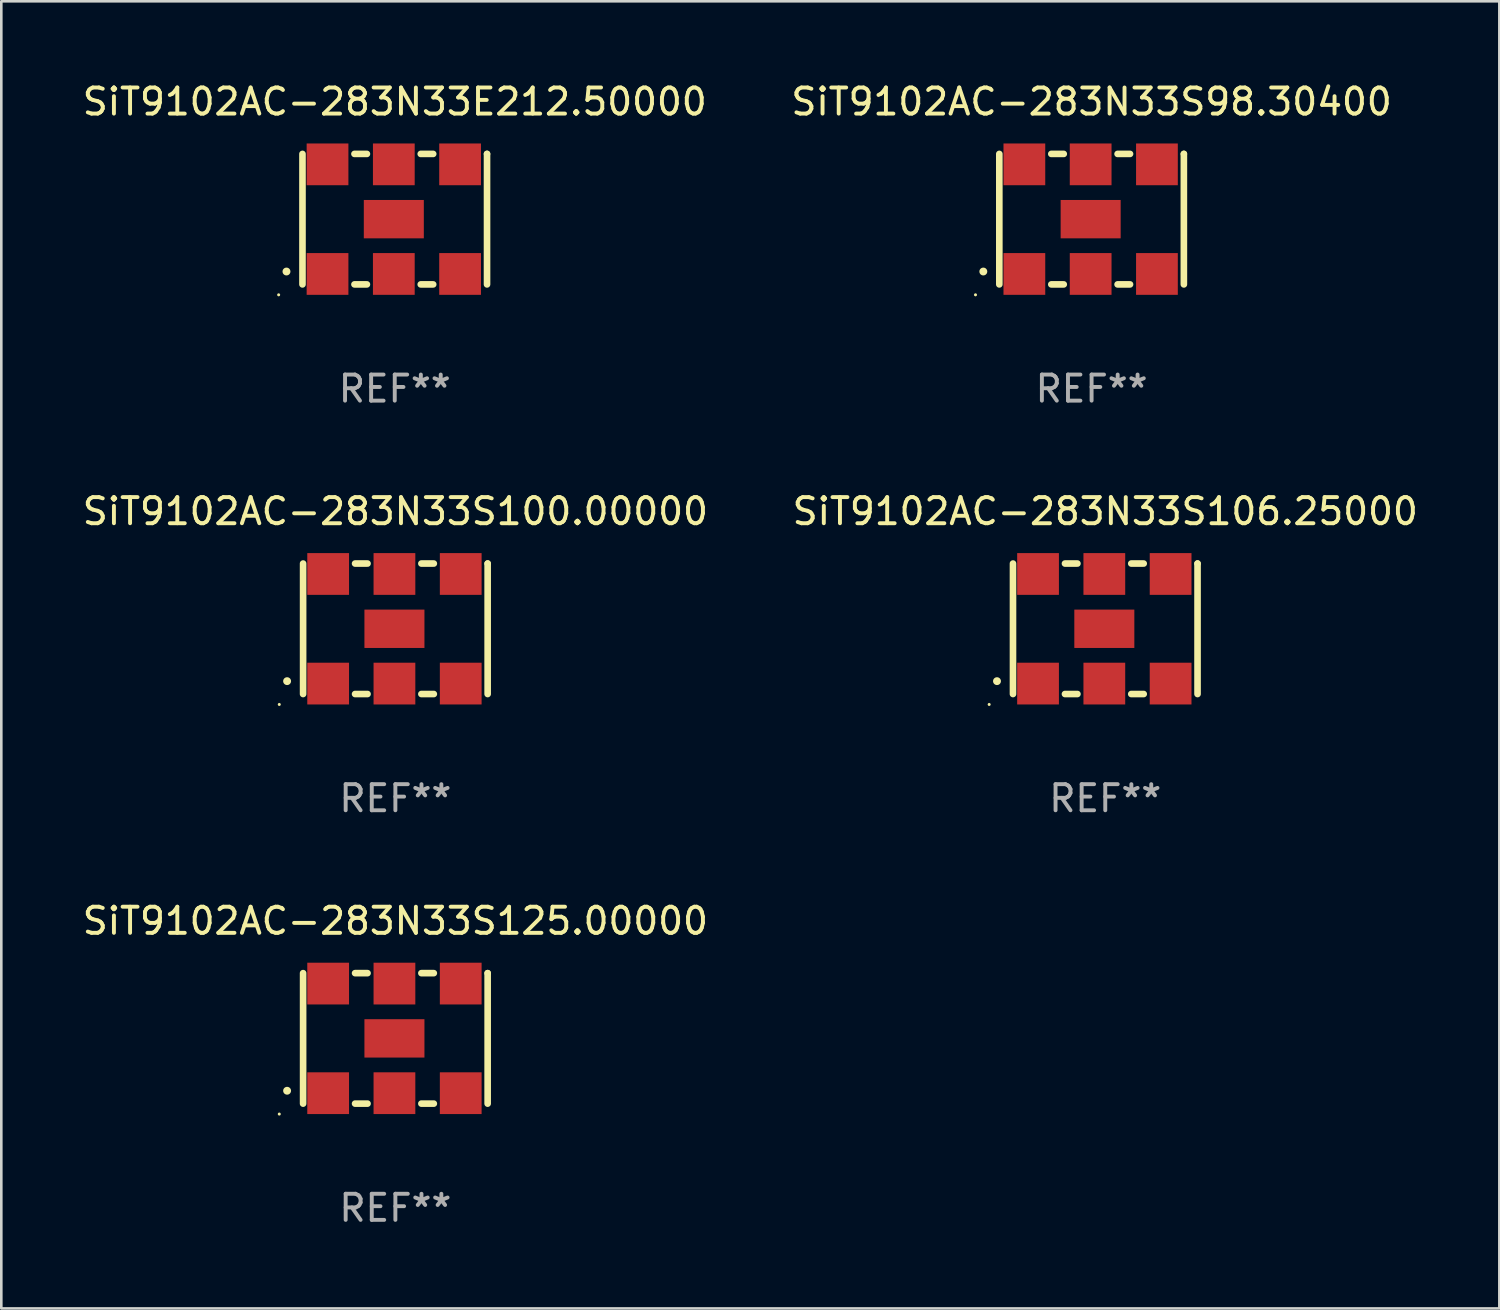
<source format=kicad_pcb>
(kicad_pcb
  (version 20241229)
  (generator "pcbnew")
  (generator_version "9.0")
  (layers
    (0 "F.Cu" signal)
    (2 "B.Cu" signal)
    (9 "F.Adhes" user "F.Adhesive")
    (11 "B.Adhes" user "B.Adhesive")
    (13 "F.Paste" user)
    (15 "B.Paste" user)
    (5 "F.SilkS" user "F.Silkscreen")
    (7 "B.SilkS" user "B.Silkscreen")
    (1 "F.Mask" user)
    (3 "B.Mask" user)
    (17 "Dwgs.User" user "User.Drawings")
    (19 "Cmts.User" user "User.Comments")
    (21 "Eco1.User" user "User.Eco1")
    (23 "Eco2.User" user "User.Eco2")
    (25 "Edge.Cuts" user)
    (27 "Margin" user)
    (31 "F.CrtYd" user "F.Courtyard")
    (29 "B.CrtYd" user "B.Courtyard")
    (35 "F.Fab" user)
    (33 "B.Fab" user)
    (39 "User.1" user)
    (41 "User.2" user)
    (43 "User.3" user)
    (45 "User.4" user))
  (footprint "SiT9102AC-283N33S100.00000"
    (layer "F.Cu")
    (at 12.101 21.045)
    (property "Reference" "SiT9102AC-283N33S100.00000" (at 0 -4.5 0) (layer "F.SilkS") (effects (font (size 1 1) (thickness 0.15))))
    (attr through_hole)
    (fp_line (start -3.536 -2.5) (end -3.536 2.5) (stroke (width 0.254) (type solid)) (layer "F.SilkS"))
    (fp_line (start -1.544 2.5) (end -1.067 2.5) (stroke (width 0.254) (type solid)) (layer "F.SilkS"))
    (fp_line (start -1.067 -2.5) (end -1.544 -2.5) (stroke (width 0.254) (type solid)) (layer "F.SilkS"))
    (fp_line (start 0.996 2.5) (end 1.473 2.5) (stroke (width 0.254) (type solid)) (layer "F.SilkS"))
    (fp_line (start 1.473 -2.5) (end 0.996 -2.5) (stroke (width 0.254) (type solid)) (layer "F.SilkS"))
    (fp_line (start 3.536 -2.5) (end 3.536 -2.5) (stroke (width 0.254) (type solid)) (layer "F.SilkS"))
    (fp_line (start 3.536 2.5) (end 3.536 -2.5) (stroke (width 0.254) (type solid)) (layer "F.SilkS"))
    (fp_arc (start -4.150432 2.006604) (mid -4.149162 2.006599) (end -4.147892 2.006604) (stroke (width 0.3) (type solid)) (layer "F.SilkS"))
    (fp_circle (center -4.449 2.9) (end -4.419 2.9) (stroke (width 0.06) (type solid)) (fill no) (layer "F.SilkS"))
    (fp_text user "REF**" (at 0 6.5 0) (layer "F.Fab") (effects (font (size 1 1) (thickness 0.15))))
    (pad "1" smd rect (at -2.576 2.1) (size 1.6 1.6) (layers "F.Cu" "F.Mask" "F.Paste"))
    (pad "2" smd rect (at -0.036 2.1) (size 1.6 1.6) (layers "F.Cu" "F.Mask" "F.Paste"))
    (pad "3" smd rect (at 2.504 2.1) (size 1.6 1.6) (layers "F.Cu" "F.Mask" "F.Paste"))
    (pad "4" smd rect (at 2.504 -2.1) (size 1.6 1.6) (layers "F.Cu" "F.Mask" "F.Paste"))
    (pad "5" smd rect (at -0.036 -2.1) (size 1.6 1.6) (layers "F.Cu" "F.Mask" "F.Paste"))
    (pad "6" smd rect (at -2.576 -2.1) (size 1.6 1.6) (layers "F.Cu" "F.Mask" "F.Paste"))
    (pad "7" smd rect (at -0.036 0) (size 2.3 1.47) (layers "F.Cu" "F.Mask" "F.Paste")))
  (footprint "SiT9102AC-283N33S106.25000"
    (layer "F.Cu")
    (at 39.304 21.045)
    (property "Reference" "SiT9102AC-283N33S106.25000" (at 0 -4.5 0) (layer "F.SilkS") (effects (font (size 1 1) (thickness 0.15))))
    (attr through_hole)
    (fp_line (start -3.536 -2.5) (end -3.536 2.5) (stroke (width 0.254) (type solid)) (layer "F.SilkS"))
    (fp_line (start -1.544 2.5) (end -1.067 2.5) (stroke (width 0.254) (type solid)) (layer "F.SilkS"))
    (fp_line (start -1.067 -2.5) (end -1.544 -2.5) (stroke (width 0.254) (type solid)) (layer "F.SilkS"))
    (fp_line (start 0.996 2.5) (end 1.473 2.5) (stroke (width 0.254) (type solid)) (layer "F.SilkS"))
    (fp_line (start 1.473 -2.5) (end 0.996 -2.5) (stroke (width 0.254) (type solid)) (layer "F.SilkS"))
    (fp_line (start 3.536 -2.5) (end 3.536 -2.5) (stroke (width 0.254) (type solid)) (layer "F.SilkS"))
    (fp_line (start 3.536 2.5) (end 3.536 -2.5) (stroke (width 0.254) (type solid)) (layer "F.SilkS"))
    (fp_arc (start -4.150432 2.006604) (mid -4.149162 2.006599) (end -4.147892 2.006604) (stroke (width 0.3) (type solid)) (layer "F.SilkS"))
    (fp_circle (center -4.449 2.9) (end -4.419 2.9) (stroke (width 0.06) (type solid)) (fill no) (layer "F.SilkS"))
    (fp_text user "REF**" (at 0 6.5 0) (layer "F.Fab") (effects (font (size 1 1) (thickness 0.15))))
    (pad "1" smd rect (at -2.576 2.1) (size 1.6 1.6) (layers "F.Cu" "F.Mask" "F.Paste"))
    (pad "2" smd rect (at -0.036 2.1) (size 1.6 1.6) (layers "F.Cu" "F.Mask" "F.Paste"))
    (pad "3" smd rect (at 2.504 2.1) (size 1.6 1.6) (layers "F.Cu" "F.Mask" "F.Paste"))
    (pad "4" smd rect (at 2.504 -2.1) (size 1.6 1.6) (layers "F.Cu" "F.Mask" "F.Paste"))
    (pad "5" smd rect (at -0.036 -2.1) (size 1.6 1.6) (layers "F.Cu" "F.Mask" "F.Paste"))
    (pad "6" smd rect (at -2.576 -2.1) (size 1.6 1.6) (layers "F.Cu" "F.Mask" "F.Paste"))
    (pad "7" smd rect (at -0.036 0) (size 2.3 1.47) (layers "F.Cu" "F.Mask" "F.Paste")))
  (footprint "SiT9102AC-283N33S125.00000"
    (layer "F.Cu")
    (at 12.101 36.741)
    (property "Reference" "SiT9102AC-283N33S125.00000" (at 0 -4.5 0) (layer "F.SilkS") (effects (font (size 1 1) (thickness 0.15))))
    (attr through_hole)
    (fp_line (start -3.536 -2.5) (end -3.536 2.5) (stroke (width 0.254) (type solid)) (layer "F.SilkS"))
    (fp_line (start -1.544 2.5) (end -1.067 2.5) (stroke (width 0.254) (type solid)) (layer "F.SilkS"))
    (fp_line (start -1.067 -2.5) (end -1.544 -2.5) (stroke (width 0.254) (type solid)) (layer "F.SilkS"))
    (fp_line (start 0.996 2.5) (end 1.473 2.5) (stroke (width 0.254) (type solid)) (layer "F.SilkS"))
    (fp_line (start 1.473 -2.5) (end 0.996 -2.5) (stroke (width 0.254) (type solid)) (layer "F.SilkS"))
    (fp_line (start 3.536 -2.5) (end 3.536 -2.5) (stroke (width 0.254) (type solid)) (layer "F.SilkS"))
    (fp_line (start 3.536 2.5) (end 3.536 -2.5) (stroke (width 0.254) (type solid)) (layer "F.SilkS"))
    (fp_arc (start -4.150432 2.006604) (mid -4.149162 2.006599) (end -4.147892 2.006604) (stroke (width 0.3) (type solid)) (layer "F.SilkS"))
    (fp_circle (center -4.449 2.9) (end -4.419 2.9) (stroke (width 0.06) (type solid)) (fill no) (layer "F.SilkS"))
    (fp_text user "REF**" (at 0 6.5 0) (layer "F.Fab") (effects (font (size 1 1) (thickness 0.15))))
    (pad "1" smd rect (at -2.576 2.1) (size 1.6 1.6) (layers "F.Cu" "F.Mask" "F.Paste"))
    (pad "2" smd rect (at -0.036 2.1) (size 1.6 1.6) (layers "F.Cu" "F.Mask" "F.Paste"))
    (pad "3" smd rect (at 2.504 2.1) (size 1.6 1.6) (layers "F.Cu" "F.Mask" "F.Paste"))
    (pad "4" smd rect (at 2.504 -2.1) (size 1.6 1.6) (layers "F.Cu" "F.Mask" "F.Paste"))
    (pad "5" smd rect (at -0.036 -2.1) (size 1.6 1.6) (layers "F.Cu" "F.Mask" "F.Paste"))
    (pad "6" smd rect (at -2.576 -2.1) (size 1.6 1.6) (layers "F.Cu" "F.Mask" "F.Paste"))
    (pad "7" smd rect (at -0.036 0) (size 2.3 1.47) (layers "F.Cu" "F.Mask" "F.Paste")))
  (footprint "SiT9102AC-283N33E212.50000"
    (layer "F.Cu")
    (at 12.077 5.348)
    (property "Reference" "SiT9102AC-283N33E212.50000" (at 0 -4.5 0) (layer "F.SilkS") (effects (font (size 1 1) (thickness 0.15))))
    (attr through_hole)
    (fp_line (start -3.536 -2.5) (end -3.536 2.5) (stroke (width 0.254) (type solid)) (layer "F.SilkS"))
    (fp_line (start -1.544 2.5) (end -1.067 2.5) (stroke (width 0.254) (type solid)) (layer "F.SilkS"))
    (fp_line (start -1.067 -2.5) (end -1.544 -2.5) (stroke (width 0.254) (type solid)) (layer "F.SilkS"))
    (fp_line (start 0.996 2.5) (end 1.473 2.5) (stroke (width 0.254) (type solid)) (layer "F.SilkS"))
    (fp_line (start 1.473 -2.5) (end 0.996 -2.5) (stroke (width 0.254) (type solid)) (layer "F.SilkS"))
    (fp_line (start 3.536 -2.5) (end 3.536 -2.5) (stroke (width 0.254) (type solid)) (layer "F.SilkS"))
    (fp_line (start 3.536 2.5) (end 3.536 -2.5) (stroke (width 0.254) (type solid)) (layer "F.SilkS"))
    (fp_arc (start -4.150432 2.006604) (mid -4.149162 2.006599) (end -4.147892 2.006604) (stroke (width 0.3) (type solid)) (layer "F.SilkS"))
    (fp_circle (center -4.449 2.9) (end -4.419 2.9) (stroke (width 0.06) (type solid)) (fill no) (layer "F.SilkS"))
    (fp_text user "REF**" (at 0 6.5 0) (layer "F.Fab") (effects (font (size 1 1) (thickness 0.15))))
    (pad "1" smd rect (at -2.576 2.1) (size 1.6 1.6) (layers "F.Cu" "F.Mask" "F.Paste"))
    (pad "2" smd rect (at -0.036 2.1) (size 1.6 1.6) (layers "F.Cu" "F.Mask" "F.Paste"))
    (pad "3" smd rect (at 2.504 2.1) (size 1.6 1.6) (layers "F.Cu" "F.Mask" "F.Paste"))
    (pad "4" smd rect (at 2.504 -2.1) (size 1.6 1.6) (layers "F.Cu" "F.Mask" "F.Paste"))
    (pad "5" smd rect (at -0.036 -2.1) (size 1.6 1.6) (layers "F.Cu" "F.Mask" "F.Paste"))
    (pad "6" smd rect (at -2.576 -2.1) (size 1.6 1.6) (layers "F.Cu" "F.Mask" "F.Paste"))
    (pad "7" smd rect (at -0.036 0) (size 2.3 1.47) (layers "F.Cu" "F.Mask" "F.Paste")))
  (footprint "SiT9102AC-283N33S98.30400"
    (layer "F.Cu")
    (at 38.78 5.348)
    (property "Reference" "SiT9102AC-283N33S98.30400" (at 0 -4.5 0) (layer "F.SilkS") (effects (font (size 1 1) (thickness 0.15))))
    (attr through_hole)
    (fp_line (start -3.536 -2.5) (end -3.536 2.5) (stroke (width 0.254) (type solid)) (layer "F.SilkS"))
    (fp_line (start -1.544 2.5) (end -1.067 2.5) (stroke (width 0.254) (type solid)) (layer "F.SilkS"))
    (fp_line (start -1.067 -2.5) (end -1.544 -2.5) (stroke (width 0.254) (type solid)) (layer "F.SilkS"))
    (fp_line (start 0.996 2.5) (end 1.473 2.5) (stroke (width 0.254) (type solid)) (layer "F.SilkS"))
    (fp_line (start 1.473 -2.5) (end 0.996 -2.5) (stroke (width 0.254) (type solid)) (layer "F.SilkS"))
    (fp_line (start 3.536 -2.5) (end 3.536 -2.5) (stroke (width 0.254) (type solid)) (layer "F.SilkS"))
    (fp_line (start 3.536 2.5) (end 3.536 -2.5) (stroke (width 0.254) (type solid)) (layer "F.SilkS"))
    (fp_arc (start -4.150432 2.006604) (mid -4.149162 2.006599) (end -4.147892 2.006604) (stroke (width 0.3) (type solid)) (layer "F.SilkS"))
    (fp_circle (center -4.449 2.9) (end -4.419 2.9) (stroke (width 0.06) (type solid)) (fill no) (layer "F.SilkS"))
    (fp_text user "REF**" (at 0 6.5 0) (layer "F.Fab") (effects (font (size 1 1) (thickness 0.15))))
    (pad "1" smd rect (at -2.576 2.1) (size 1.6 1.6) (layers "F.Cu" "F.Mask" "F.Paste"))
    (pad "2" smd rect (at -0.036 2.1) (size 1.6 1.6) (layers "F.Cu" "F.Mask" "F.Paste"))
    (pad "3" smd rect (at 2.504 2.1) (size 1.6 1.6) (layers "F.Cu" "F.Mask" "F.Paste"))
    (pad "4" smd rect (at 2.504 -2.1) (size 1.6 1.6) (layers "F.Cu" "F.Mask" "F.Paste"))
    (pad "5" smd rect (at -0.036 -2.1) (size 1.6 1.6) (layers "F.Cu" "F.Mask" "F.Paste"))
    (pad "6" smd rect (at -2.576 -2.1) (size 1.6 1.6) (layers "F.Cu" "F.Mask" "F.Paste"))
    (pad "7" smd rect (at -0.036 0) (size 2.3 1.47) (layers "F.Cu" "F.Mask" "F.Paste")))
  (gr_rect
    (start -3 -3)
    (end 54.405 47.09)
    (stroke (width 0.1) (type default))
    (fill no)
    (layer "Edge.Cuts")))
</source>
